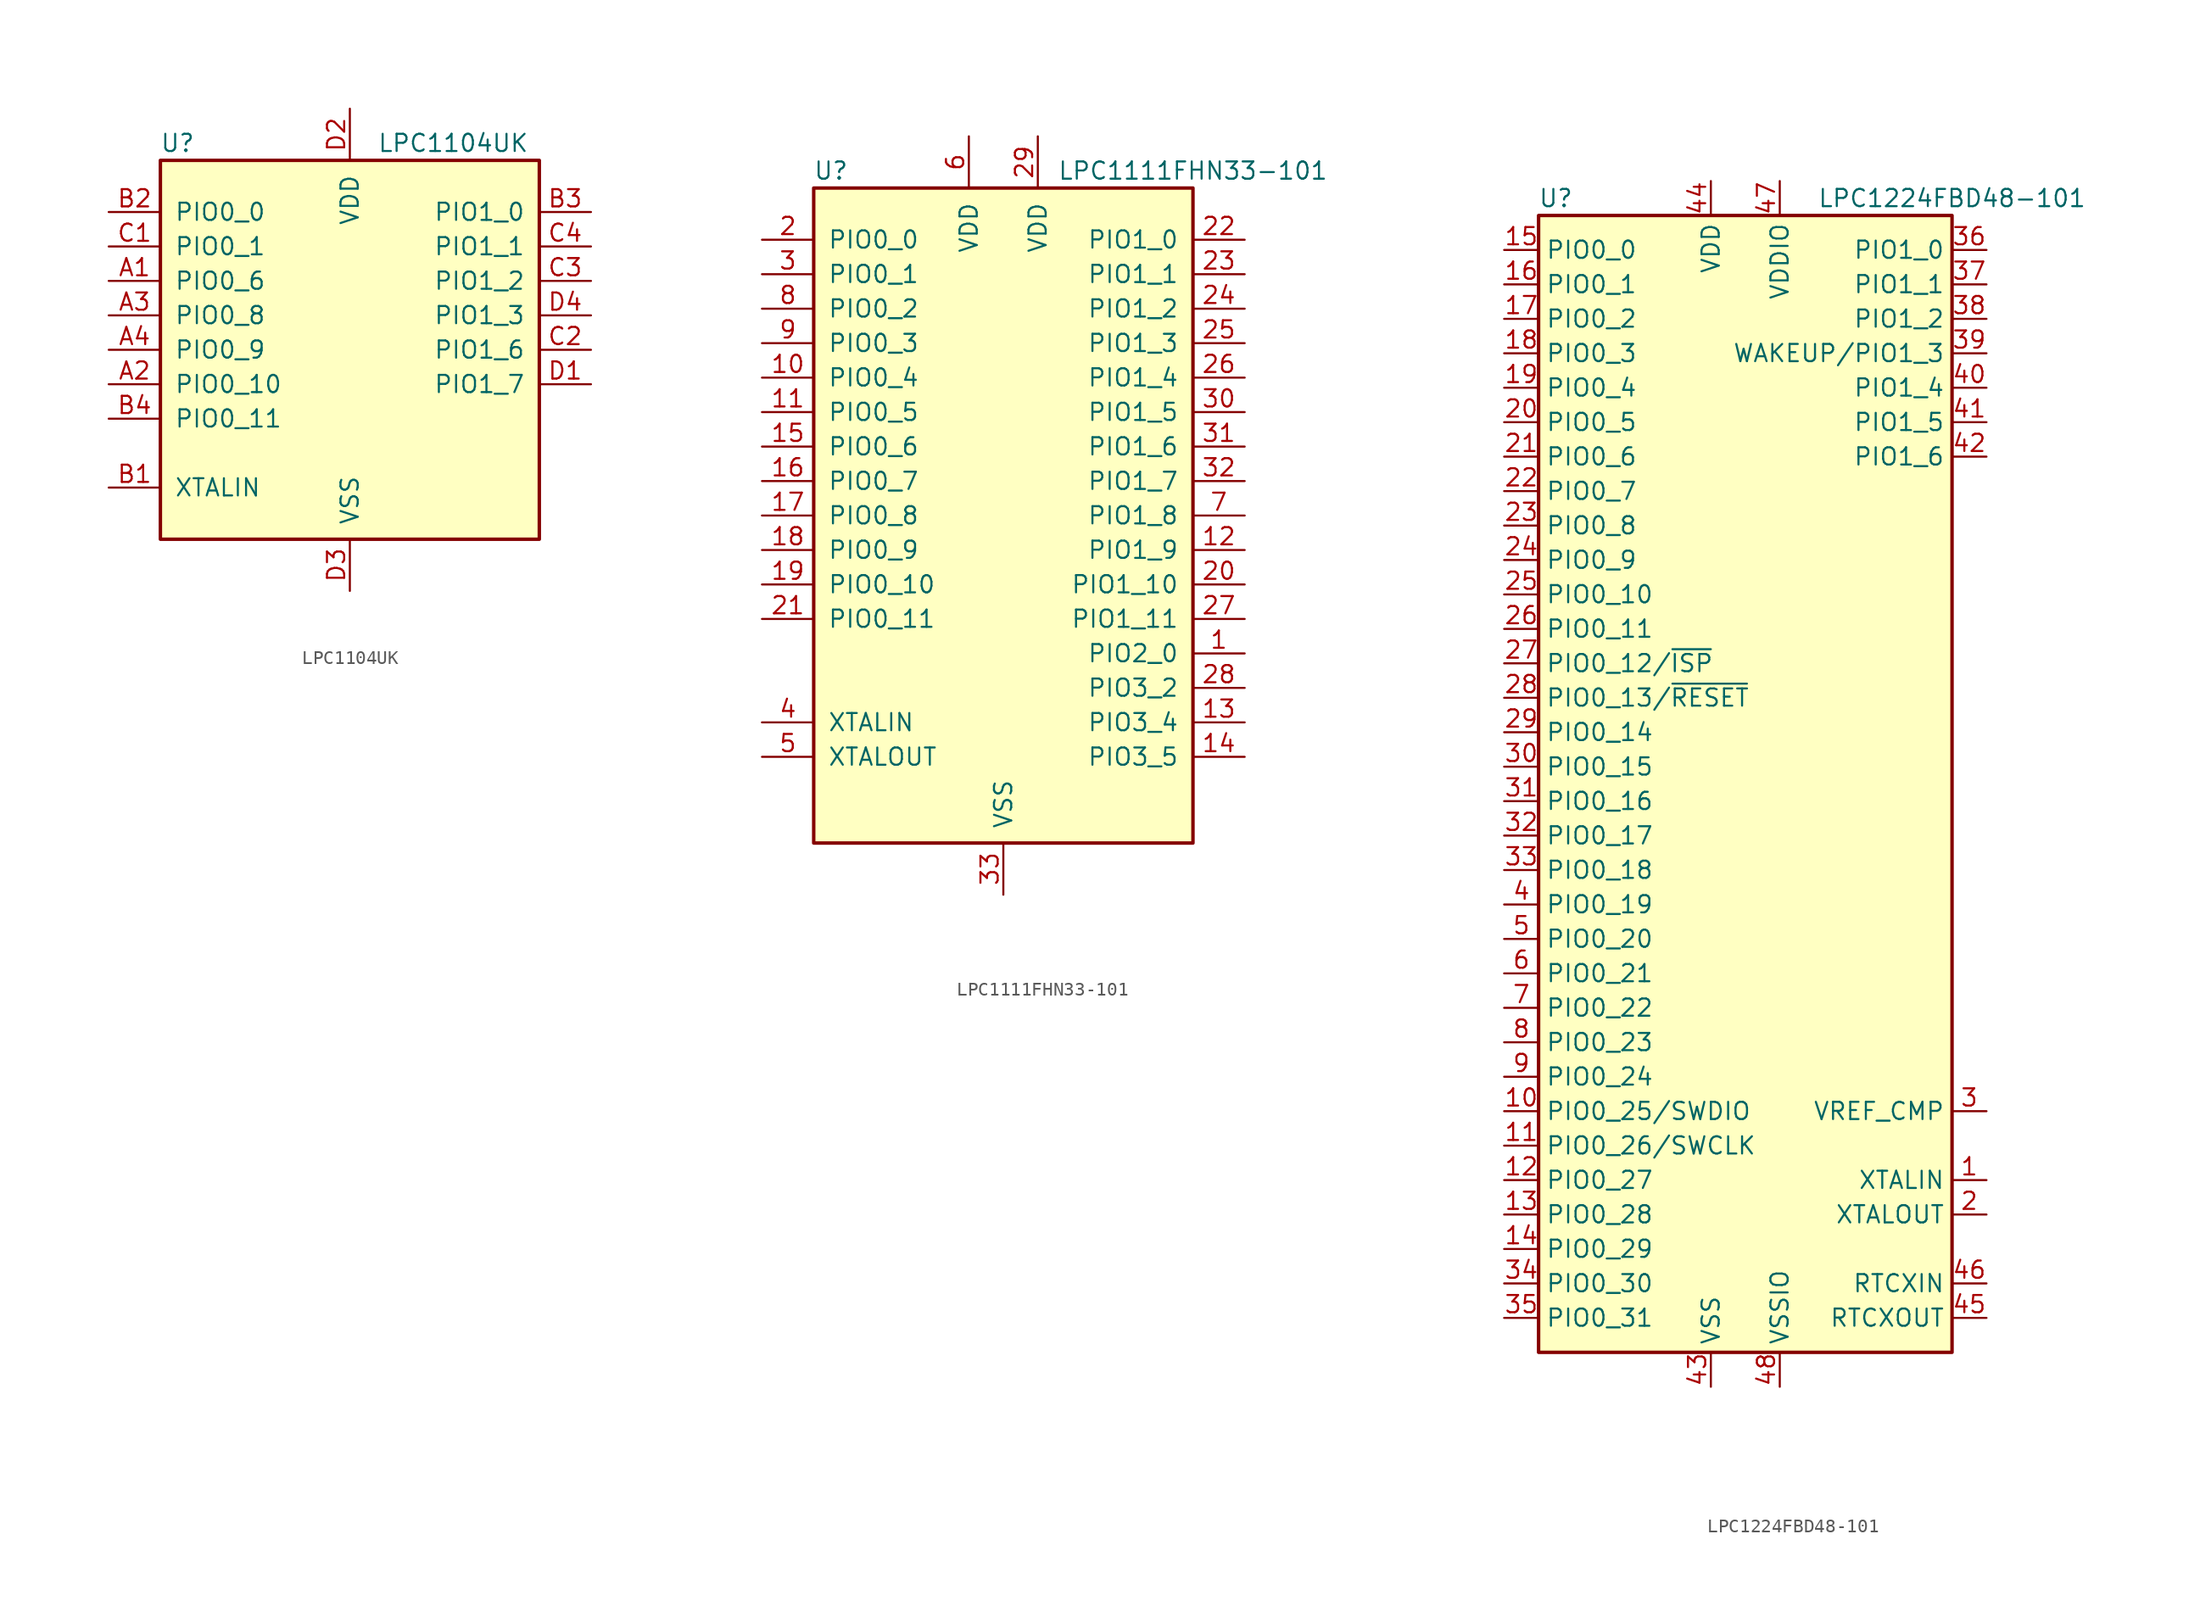
<source format=kicad_sym>
(kicad_symbol_lib
  (version 20220914)
  (generator kicad_symbol_editor)
  (symbol "LPC1104UK"
    (pin_names
      (offset 1.016))
    (property "Reference" "U"
      (at -12.7 15.24 0)
      (effects (font (size 1.27 1.27))))
    (property "Value" "LPC1104UK"
      (at 7.62 15.24 0)
      (effects (font (size 1.27 1.27))))
    (symbol "LPC1104UK_0_1"
      (rectangle (start -13.97 13.97) (end 13.97 -13.97) (stroke (width 0.254) (type default)) (fill (type background))))
    (symbol "LPC1104UK_1_1"
      (pin bidirectional line (at -17.78 5.08 0) (length 3.81) (name "PIO0_6" (effects (font (size 1.27 1.27)))) (number "A1" (effects (font (size 1.27 1.27)))))
      (pin bidirectional line (at -17.78 -2.54 0) (length 3.81) (name "PIO0_10" (effects (font (size 1.27 1.27)))) (number "A2" (effects (font (size 1.27 1.27)))))
      (pin bidirectional line (at -17.78 2.54 0) (length 3.81) (name "PIO0_8" (effects (font (size 1.27 1.27)))) (number "A3" (effects (font (size 1.27 1.27)))))
      (pin bidirectional line (at -17.78 0 0) (length 3.81) (name "PIO0_9" (effects (font (size 1.27 1.27)))) (number "A4" (effects (font (size 1.27 1.27)))))
      (pin input line (at -17.78 -10.16 0) (length 3.81) (name "XTALIN" (effects (font (size 1.27 1.27)))) (number "B1" (effects (font (size 1.27 1.27)))))
      (pin bidirectional line (at -17.78 10.16 0) (length 3.81) (name "PIO0_0" (effects (font (size 1.27 1.27)))) (number "B2" (effects (font (size 1.27 1.27)))))
      (pin bidirectional line (at 17.78 10.16 180) (length 3.81) (name "PIO1_0" (effects (font (size 1.27 1.27)))) (number "B3" (effects (font (size 1.27 1.27)))))
      (pin bidirectional line (at -17.78 -5.08 0) (length 3.81) (name "PIO0_11" (effects (font (size 1.27 1.27)))) (number "B4" (effects (font (size 1.27 1.27)))))
      (pin bidirectional line (at -17.78 7.62 0) (length 3.81) (name "PIO0_1" (effects (font (size 1.27 1.27)))) (number "C1" (effects (font (size 1.27 1.27)))))
      (pin bidirectional line (at 17.78 0 180) (length 3.81) (name "PIO1_6" (effects (font (size 1.27 1.27)))) (number "C2" (effects (font (size 1.27 1.27)))))
      (pin bidirectional line (at 17.78 5.08 180) (length 3.81) (name "PIO1_2" (effects (font (size 1.27 1.27)))) (number "C3" (effects (font (size 1.27 1.27)))))
      (pin bidirectional line (at 17.78 7.62 180) (length 3.81) (name "PIO1_1" (effects (font (size 1.27 1.27)))) (number "C4" (effects (font (size 1.27 1.27)))))
      (pin bidirectional line (at 17.78 -2.54 180) (length 3.81) (name "PIO1_7" (effects (font (size 1.27 1.27)))) (number "D1" (effects (font (size 1.27 1.27)))))
      (pin power_in line (at 0 17.78 270) (length 3.81) (name "VDD" (effects (font (size 1.27 1.27)))) (number "D2" (effects (font (size 1.27 1.27)))))
      (pin power_in line (at 0 -17.78 90) (length 3.81) (name "VSS" (effects (font (size 1.27 1.27)))) (number "D3" (effects (font (size 1.27 1.27)))))
      (pin bidirectional line (at 17.78 2.54 180) (length 3.81) (name "PIO1_3" (effects (font (size 1.27 1.27)))) (number "D4" (effects (font (size 1.27 1.27)))))))
  (symbol "LPC1111FHN33-101"
    (pin_names
      (offset 1.016))
    (property "Reference" "U"
      (at -12.7 25.4 0)
      (effects (font (size 1.27 1.27))))
    (property "Value" "LPC1111FHN33-101"
      (at 13.97 25.4 0)
      (effects (font (size 1.27 1.27))))
    (symbol "LPC1111FHN33-101_0_1"
      (rectangle (start -13.97 24.13) (end 13.97 -24.13) (stroke (width 0.254) (type default)) (fill (type background))))
    (symbol "LPC1111FHN33-101_1_1"
      (pin bidirectional line (at 17.78 -10.16 180) (length 3.81) (name "PIO2_0" (effects (font (size 1.27 1.27)))) (number "1" (effects (font (size 1.27 1.27)))))
      (pin bidirectional line (at -17.78 10.16 0) (length 3.81) (name "PIO0_4" (effects (font (size 1.27 1.27)))) (number "10" (effects (font (size 1.27 1.27)))))
      (pin bidirectional line (at -17.78 7.62 0) (length 3.81) (name "PIO0_5" (effects (font (size 1.27 1.27)))) (number "11" (effects (font (size 1.27 1.27)))))
      (pin bidirectional line (at 17.78 -2.54 180) (length 3.81) (name "PIO1_9" (effects (font (size 1.27 1.27)))) (number "12" (effects (font (size 1.27 1.27)))))
      (pin bidirectional line (at 17.78 -15.24 180) (length 3.81) (name "PIO3_4" (effects (font (size 1.27 1.27)))) (number "13" (effects (font (size 1.27 1.27)))))
      (pin bidirectional line (at 17.78 -17.78 180) (length 3.81) (name "PIO3_5" (effects (font (size 1.27 1.27)))) (number "14" (effects (font (size 1.27 1.27)))))
      (pin bidirectional line (at -17.78 5.08 0) (length 3.81) (name "PIO0_6" (effects (font (size 1.27 1.27)))) (number "15" (effects (font (size 1.27 1.27)))))
      (pin bidirectional line (at -17.78 2.54 0) (length 3.81) (name "PIO0_7" (effects (font (size 1.27 1.27)))) (number "16" (effects (font (size 1.27 1.27)))))
      (pin bidirectional line (at -17.78 0 0) (length 3.81) (name "PIO0_8" (effects (font (size 1.27 1.27)))) (number "17" (effects (font (size 1.27 1.27)))))
      (pin bidirectional line (at -17.78 -2.54 0) (length 3.81) (name "PIO0_9" (effects (font (size 1.27 1.27)))) (number "18" (effects (font (size 1.27 1.27)))))
      (pin bidirectional line (at -17.78 -5.08 0) (length 3.81) (name "PIO0_10" (effects (font (size 1.27 1.27)))) (number "19" (effects (font (size 1.27 1.27)))))
      (pin bidirectional line (at -17.78 20.32 0) (length 3.81) (name "PIO0_0" (effects (font (size 1.27 1.27)))) (number "2" (effects (font (size 1.27 1.27)))))
      (pin bidirectional line (at 17.78 -5.08 180) (length 3.81) (name "PIO1_10" (effects (font (size 1.27 1.27)))) (number "20" (effects (font (size 1.27 1.27)))))
      (pin bidirectional line (at -17.78 -7.62 0) (length 3.81) (name "PIO0_11" (effects (font (size 1.27 1.27)))) (number "21" (effects (font (size 1.27 1.27)))))
      (pin bidirectional line (at 17.78 20.32 180) (length 3.81) (name "PIO1_0" (effects (font (size 1.27 1.27)))) (number "22" (effects (font (size 1.27 1.27)))))
      (pin bidirectional line (at 17.78 17.78 180) (length 3.81) (name "PIO1_1" (effects (font (size 1.27 1.27)))) (number "23" (effects (font (size 1.27 1.27)))))
      (pin bidirectional line (at 17.78 15.24 180) (length 3.81) (name "PIO1_2" (effects (font (size 1.27 1.27)))) (number "24" (effects (font (size 1.27 1.27)))))
      (pin bidirectional line (at 17.78 12.7 180) (length 3.81) (name "PIO1_3" (effects (font (size 1.27 1.27)))) (number "25" (effects (font (size 1.27 1.27)))))
      (pin bidirectional line (at 17.78 10.16 180) (length 3.81) (name "PIO1_4" (effects (font (size 1.27 1.27)))) (number "26" (effects (font (size 1.27 1.27)))))
      (pin bidirectional line (at 17.78 -7.62 180) (length 3.81) (name "PIO1_11" (effects (font (size 1.27 1.27)))) (number "27" (effects (font (size 1.27 1.27)))))
      (pin bidirectional line (at 17.78 -12.7 180) (length 3.81) (name "PIO3_2" (effects (font (size 1.27 1.27)))) (number "28" (effects (font (size 1.27 1.27)))))
      (pin power_in line (at 2.54 27.94 270) (length 3.81) (name "VDD" (effects (font (size 1.27 1.27)))) (number "29" (effects (font (size 1.27 1.27)))))
      (pin bidirectional line (at -17.78 17.78 0) (length 3.81) (name "PIO0_1" (effects (font (size 1.27 1.27)))) (number "3" (effects (font (size 1.27 1.27)))))
      (pin bidirectional line (at 17.78 7.62 180) (length 3.81) (name "PIO1_5" (effects (font (size 1.27 1.27)))) (number "30" (effects (font (size 1.27 1.27)))))
      (pin bidirectional line (at 17.78 5.08 180) (length 3.81) (name "PIO1_6" (effects (font (size 1.27 1.27)))) (number "31" (effects (font (size 1.27 1.27)))))
      (pin bidirectional line (at 17.78 2.54 180) (length 3.81) (name "PIO1_7" (effects (font (size 1.27 1.27)))) (number "32" (effects (font (size 1.27 1.27)))))
      (pin power_in line (at 0 -27.94 90) (length 3.81) (name "VSS" (effects (font (size 1.27 1.27)))) (number "33" (effects (font (size 1.27 1.27)))))
      (pin input line (at -17.78 -15.24 0) (length 3.81) (name "XTALIN" (effects (font (size 1.27 1.27)))) (number "4" (effects (font (size 1.27 1.27)))))
      (pin output line (at -17.78 -17.78 0) (length 3.81) (name "XTALOUT" (effects (font (size 1.27 1.27)))) (number "5" (effects (font (size 1.27 1.27)))))
      (pin power_in line (at -2.54 27.94 270) (length 3.81) (name "VDD" (effects (font (size 1.27 1.27)))) (number "6" (effects (font (size 1.27 1.27)))))
      (pin bidirectional line (at 17.78 0 180) (length 3.81) (name "PIO1_8" (effects (font (size 1.27 1.27)))) (number "7" (effects (font (size 1.27 1.27)))))
      (pin bidirectional line (at -17.78 15.24 0) (length 3.81) (name "PIO0_2" (effects (font (size 1.27 1.27)))) (number "8" (effects (font (size 1.27 1.27)))))
      (pin bidirectional line (at -17.78 12.7 0) (length 3.81) (name "PIO0_3" (effects (font (size 1.27 1.27)))) (number "9" (effects (font (size 1.27 1.27)))))))
  (symbol "LPC1224FBD48-101"
    (property "Reference" "U"
      (at -13.97 44.45 0)
      (effects (font (size 1.27 1.27))))
    (property "Value" "LPC1224FBD48-101"
      (at 15.24 44.45 0)
      (effects (font (size 1.27 1.27))))
    (symbol "LPC1224FBD48-101_0_1"
      (rectangle (start -15.24 43.18) (end 15.24 -40.64) (stroke (width 0.254) (type default)) (fill (type background))))
    (symbol "LPC1224FBD48-101_1_1"
      (pin input line (at 17.78 -27.94 180) (length 2.54) (name "XTALIN" (effects (font (size 1.27 1.27)))) (number "1" (effects (font (size 1.27 1.27)))))
      (pin bidirectional line (at -17.78 -22.86 0) (length 2.54) (name "PIO0_25/SWDIO" (effects (font (size 1.27 1.27)))) (number "10" (effects (font (size 1.27 1.27)))))
      (pin bidirectional line (at -17.78 -25.4 0) (length 2.54) (name "PIO0_26/SWCLK" (effects (font (size 1.27 1.27)))) (number "11" (effects (font (size 1.27 1.27)))))
      (pin bidirectional line (at -17.78 -27.94 0) (length 2.54) (name "PIO0_27" (effects (font (size 1.27 1.27)))) (number "12" (effects (font (size 1.27 1.27)))))
      (pin bidirectional line (at -17.78 -30.48 0) (length 2.54) (name "PIO0_28" (effects (font (size 1.27 1.27)))) (number "13" (effects (font (size 1.27 1.27)))))
      (pin bidirectional line (at -17.78 -33.02 0) (length 2.54) (name "PIO0_29" (effects (font (size 1.27 1.27)))) (number "14" (effects (font (size 1.27 1.27)))))
      (pin bidirectional line (at -17.78 40.64 0) (length 2.54) (name "PIO0_0" (effects (font (size 1.27 1.27)))) (number "15" (effects (font (size 1.27 1.27)))))
      (pin bidirectional line (at -17.78 38.1 0) (length 2.54) (name "PIO0_1" (effects (font (size 1.27 1.27)))) (number "16" (effects (font (size 1.27 1.27)))))
      (pin bidirectional line (at -17.78 35.56 0) (length 2.54) (name "PIO0_2" (effects (font (size 1.27 1.27)))) (number "17" (effects (font (size 1.27 1.27)))))
      (pin bidirectional line (at -17.78 33.02 0) (length 2.54) (name "PIO0_3" (effects (font (size 1.27 1.27)))) (number "18" (effects (font (size 1.27 1.27)))))
      (pin bidirectional line (at -17.78 30.48 0) (length 2.54) (name "PIO0_4" (effects (font (size 1.27 1.27)))) (number "19" (effects (font (size 1.27 1.27)))))
      (pin output line (at 17.78 -30.48 180) (length 2.54) (name "XTALOUT" (effects (font (size 1.27 1.27)))) (number "2" (effects (font (size 1.27 1.27)))))
      (pin bidirectional line (at -17.78 27.94 0) (length 2.54) (name "PIO0_5" (effects (font (size 1.27 1.27)))) (number "20" (effects (font (size 1.27 1.27)))))
      (pin bidirectional line (at -17.78 25.4 0) (length 2.54) (name "PIO0_6" (effects (font (size 1.27 1.27)))) (number "21" (effects (font (size 1.27 1.27)))))
      (pin bidirectional line (at -17.78 22.86 0) (length 2.54) (name "PIO0_7" (effects (font (size 1.27 1.27)))) (number "22" (effects (font (size 1.27 1.27)))))
      (pin bidirectional line (at -17.78 20.32 0) (length 2.54) (name "PIO0_8" (effects (font (size 1.27 1.27)))) (number "23" (effects (font (size 1.27 1.27)))))
      (pin bidirectional line (at -17.78 17.78 0) (length 2.54) (name "PIO0_9" (effects (font (size 1.27 1.27)))) (number "24" (effects (font (size 1.27 1.27)))))
      (pin bidirectional line (at -17.78 15.24 0) (length 2.54) (name "PIO0_10" (effects (font (size 1.27 1.27)))) (number "25" (effects (font (size 1.27 1.27)))))
      (pin bidirectional line (at -17.78 12.7 0) (length 2.54) (name "PIO0_11" (effects (font (size 1.27 1.27)))) (number "26" (effects (font (size 1.27 1.27)))))
      (pin bidirectional line (at -17.78 10.16 0) (length 2.54) (name "PIO0_12/~{ISP}" (effects (font (size 1.27 1.27)))) (number "27" (effects (font (size 1.27 1.27)))))
      (pin bidirectional line (at -17.78 7.62 0) (length 2.54) (name "PIO0_13/~{RESET}" (effects (font (size 1.27 1.27)))) (number "28" (effects (font (size 1.27 1.27)))))
      (pin bidirectional line (at -17.78 5.08 0) (length 2.54) (name "PIO0_14" (effects (font (size 1.27 1.27)))) (number "29" (effects (font (size 1.27 1.27)))))
      (pin input line (at 17.78 -22.86 180) (length 2.54) (name "VREF_CMP" (effects (font (size 1.27 1.27)))) (number "3" (effects (font (size 1.27 1.27)))))
      (pin bidirectional line (at -17.78 2.54 0) (length 2.54) (name "PIO0_15" (effects (font (size 1.27 1.27)))) (number "30" (effects (font (size 1.27 1.27)))))
      (pin bidirectional line (at -17.78 0 0) (length 2.54) (name "PIO0_16" (effects (font (size 1.27 1.27)))) (number "31" (effects (font (size 1.27 1.27)))))
      (pin bidirectional line (at -17.78 -2.54 0) (length 2.54) (name "PIO0_17" (effects (font (size 1.27 1.27)))) (number "32" (effects (font (size 1.27 1.27)))))
      (pin bidirectional line (at -17.78 -5.08 0) (length 2.54) (name "PIO0_18" (effects (font (size 1.27 1.27)))) (number "33" (effects (font (size 1.27 1.27)))))
      (pin bidirectional line (at -17.78 -35.56 0) (length 2.54) (name "PIO0_30" (effects (font (size 1.27 1.27)))) (number "34" (effects (font (size 1.27 1.27)))))
      (pin bidirectional line (at -17.78 -38.1 0) (length 2.54) (name "PIO0_31" (effects (font (size 1.27 1.27)))) (number "35" (effects (font (size 1.27 1.27)))))
      (pin bidirectional line (at 17.78 40.64 180) (length 2.54) (name "PIO1_0" (effects (font (size 1.27 1.27)))) (number "36" (effects (font (size 1.27 1.27)))))
      (pin bidirectional line (at 17.78 38.1 180) (length 2.54) (name "PIO1_1" (effects (font (size 1.27 1.27)))) (number "37" (effects (font (size 1.27 1.27)))))
      (pin bidirectional line (at 17.78 35.56 180) (length 2.54) (name "PIO1_2" (effects (font (size 1.27 1.27)))) (number "38" (effects (font (size 1.27 1.27)))))
      (pin bidirectional line (at 17.78 33.02 180) (length 2.54) (name "WAKEUP/PIO1_3" (effects (font (size 1.27 1.27)))) (number "39" (effects (font (size 1.27 1.27)))))
      (pin bidirectional line (at -17.78 -7.62 0) (length 2.54) (name "PIO0_19" (effects (font (size 1.27 1.27)))) (number "4" (effects (font (size 1.27 1.27)))))
      (pin bidirectional line (at 17.78 30.48 180) (length 2.54) (name "PIO1_4" (effects (font (size 1.27 1.27)))) (number "40" (effects (font (size 1.27 1.27)))))
      (pin bidirectional line (at 17.78 27.94 180) (length 2.54) (name "PIO1_5" (effects (font (size 1.27 1.27)))) (number "41" (effects (font (size 1.27 1.27)))))
      (pin bidirectional line (at 17.78 25.4 180) (length 2.54) (name "PIO1_6" (effects (font (size 1.27 1.27)))) (number "42" (effects (font (size 1.27 1.27)))))
      (pin power_in line (at -2.54 -43.18 90) (length 2.54) (name "VSS" (effects (font (size 1.27 1.27)))) (number "43" (effects (font (size 1.27 1.27)))))
      (pin power_in line (at -2.54 45.72 270) (length 2.54) (name "VDD" (effects (font (size 1.27 1.27)))) (number "44" (effects (font (size 1.27 1.27)))))
      (pin output line (at 17.78 -38.1 180) (length 2.54) (name "RTCXOUT" (effects (font (size 1.27 1.27)))) (number "45" (effects (font (size 1.27 1.27)))))
      (pin input line (at 17.78 -35.56 180) (length 2.54) (name "RTCXIN" (effects (font (size 1.27 1.27)))) (number "46" (effects (font (size 1.27 1.27)))))
      (pin power_in line (at 2.54 45.72 270) (length 2.54) (name "VDDIO" (effects (font (size 1.27 1.27)))) (number "47" (effects (font (size 1.27 1.27)))))
      (pin power_in line (at 2.54 -43.18 90) (length 2.54) (name "VSSIO" (effects (font (size 1.27 1.27)))) (number "48" (effects (font (size 1.27 1.27)))))
      (pin bidirectional line (at -17.78 -10.16 0) (length 2.54) (name "PIO0_20" (effects (font (size 1.27 1.27)))) (number "5" (effects (font (size 1.27 1.27)))))
      (pin bidirectional line (at -17.78 -12.7 0) (length 2.54) (name "PIO0_21" (effects (font (size 1.27 1.27)))) (number "6" (effects (font (size 1.27 1.27)))))
      (pin bidirectional line (at -17.78 -15.24 0) (length 2.54) (name "PIO0_22" (effects (font (size 1.27 1.27)))) (number "7" (effects (font (size 1.27 1.27)))))
      (pin bidirectional line (at -17.78 -17.78 0) (length 2.54) (name "PIO0_23" (effects (font (size 1.27 1.27)))) (number "8" (effects (font (size 1.27 1.27)))))
      (pin bidirectional line (at -17.78 -20.32 0) (length 2.54) (name "PIO0_24" (effects (font (size 1.27 1.27)))) (number "9" (effects (font (size 1.27 1.27))))))))
</source>
